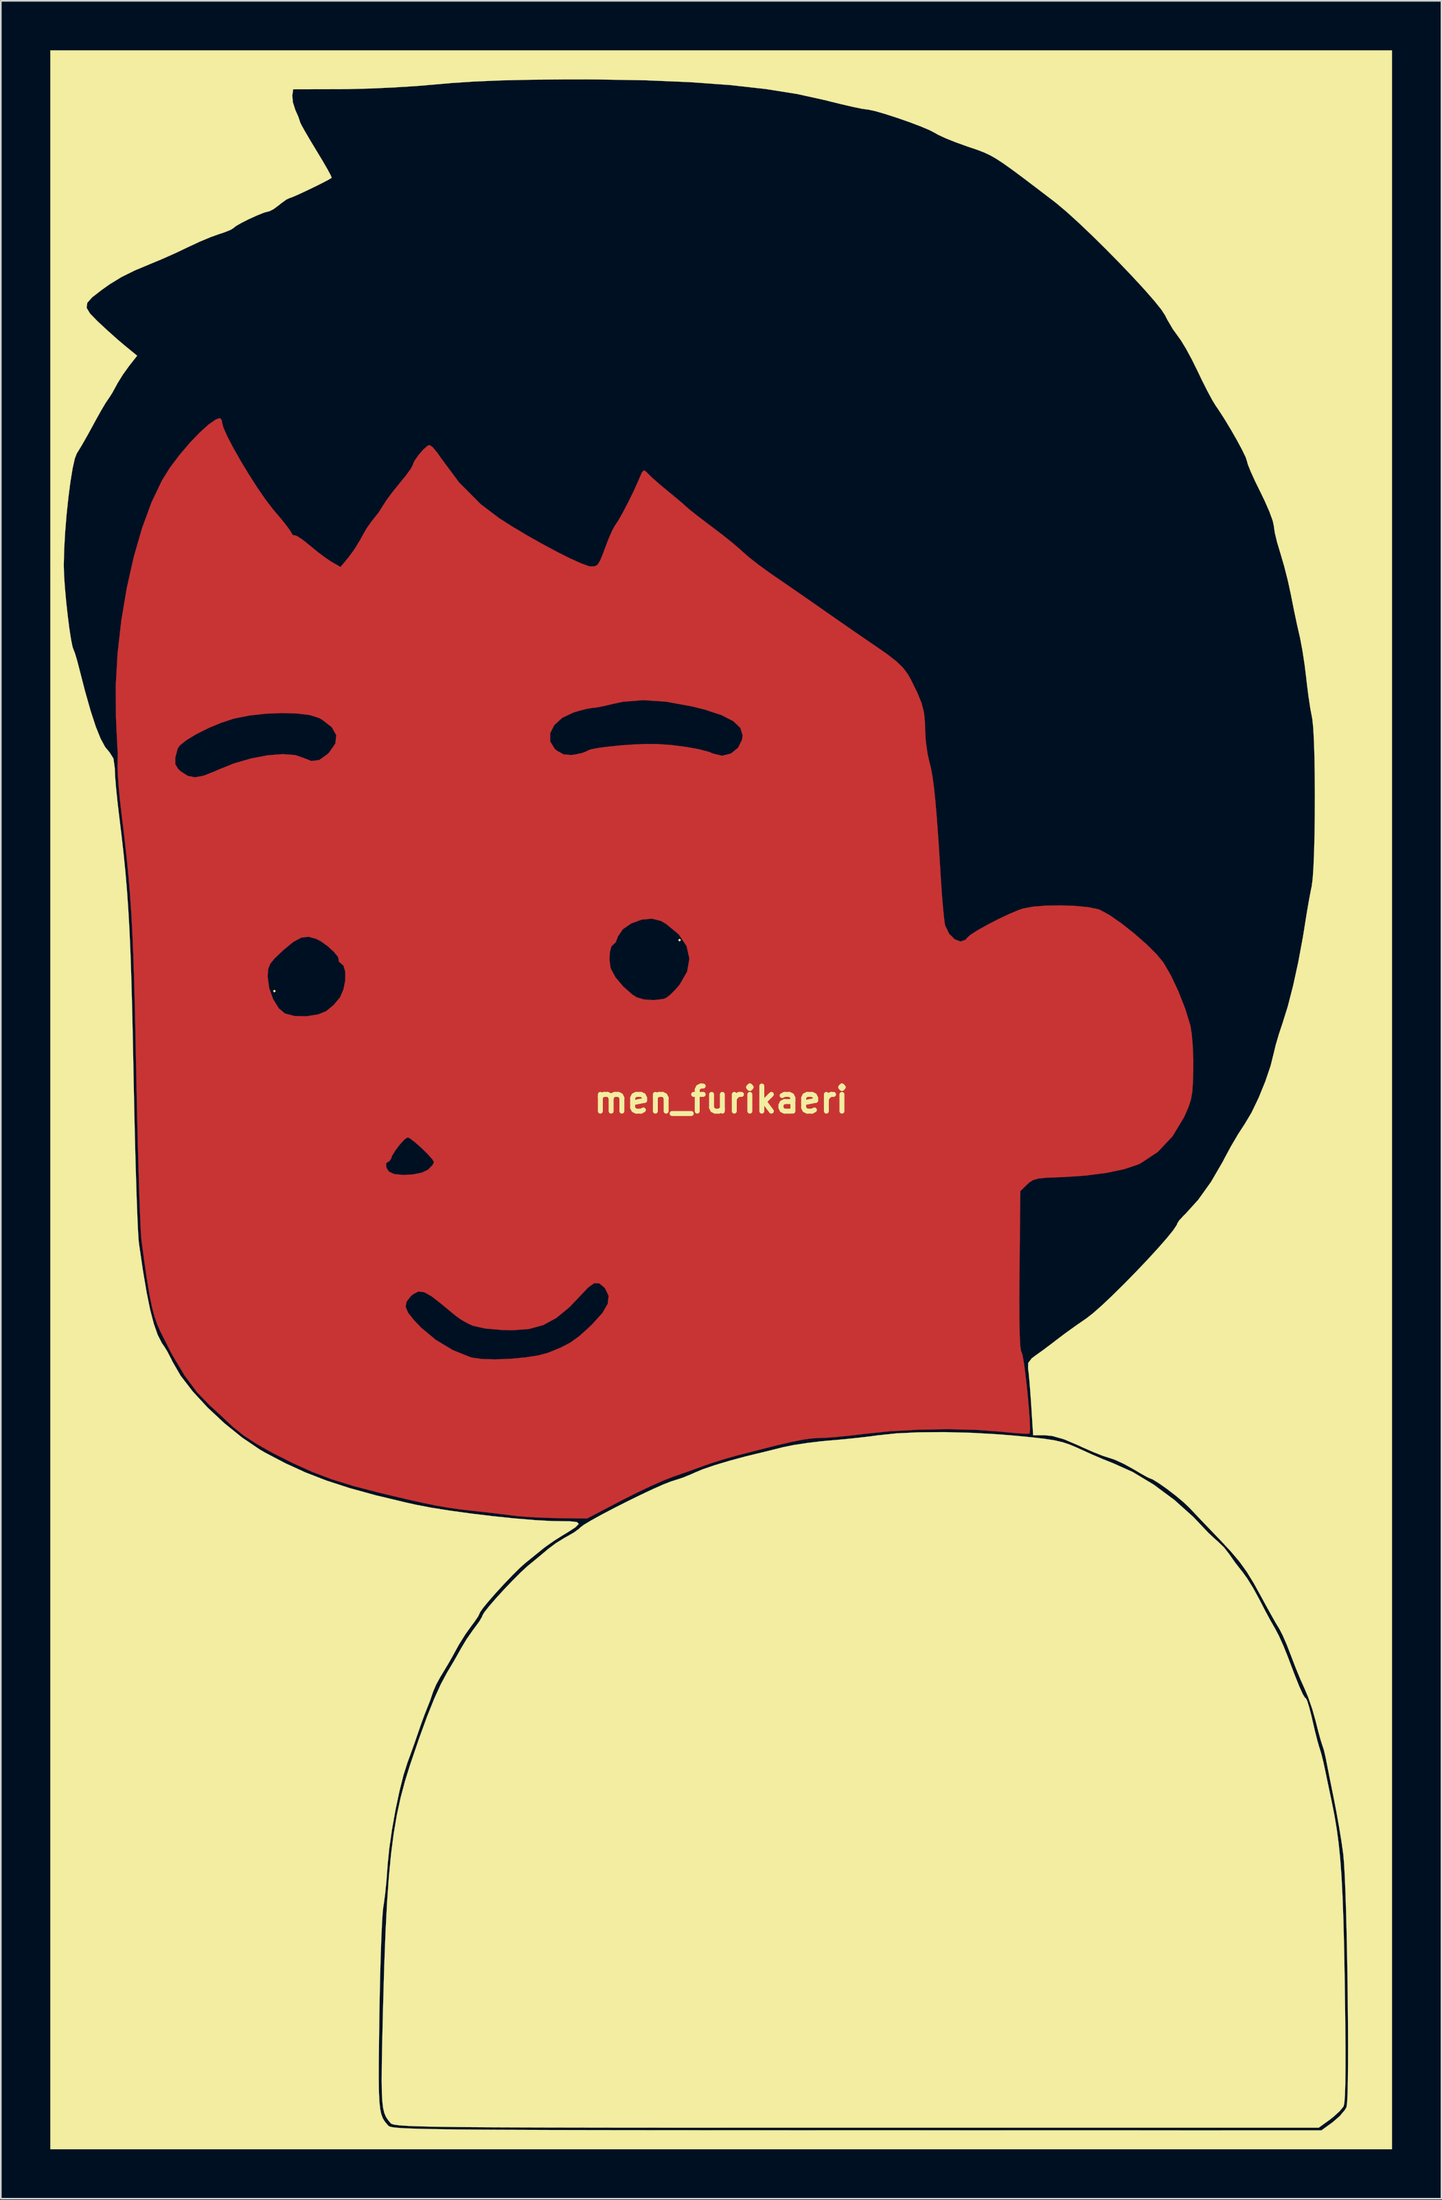
<source format=kicad_pcb>
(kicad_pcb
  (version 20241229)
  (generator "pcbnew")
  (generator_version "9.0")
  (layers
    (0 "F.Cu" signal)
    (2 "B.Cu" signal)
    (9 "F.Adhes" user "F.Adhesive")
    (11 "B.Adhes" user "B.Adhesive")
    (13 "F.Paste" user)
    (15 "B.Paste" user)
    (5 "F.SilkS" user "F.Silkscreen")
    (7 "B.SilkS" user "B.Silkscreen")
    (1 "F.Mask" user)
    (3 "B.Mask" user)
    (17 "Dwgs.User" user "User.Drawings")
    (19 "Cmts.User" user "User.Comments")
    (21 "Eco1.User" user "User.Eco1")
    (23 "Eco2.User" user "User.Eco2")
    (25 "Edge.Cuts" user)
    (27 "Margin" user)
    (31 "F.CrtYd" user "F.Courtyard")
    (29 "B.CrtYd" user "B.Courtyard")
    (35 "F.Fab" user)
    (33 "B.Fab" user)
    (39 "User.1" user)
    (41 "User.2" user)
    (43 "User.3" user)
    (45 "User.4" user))
  (footprint "men_furikaeri"
    (layer "F.Cu")
    (at 40.71 63.668)
    (property "Reference" "men_furikaeri" (at 0 0 0) (layer "F.SilkS") (effects (font (size 1.524 1.524) (thickness 0.3))))
    (attr through_hole)
    (fp_poly (pts (xy -30.302 -41.222) (xy -30.285 -41.085) (xy -30.197 -40.759) (xy -29.957 -40.224) (xy -29.598 -39.538) (xy -29.155 -38.758) (xy -28.662 -37.943) (xy -28.153 -37.148) (xy -27.662 -36.434) (xy -27.223 -35.856) (xy -27.104 -35.715) (xy -26.655 -35.184) (xy -26.302 -34.735) (xy -26.09 -34.43) (xy -26.051 -34.34) (xy -25.959 -34.238) (xy -25.917 -34.256) (xy -25.735 -34.2) (xy -25.391 -33.973) (xy -24.981 -33.643) (xy -24.462 -33.217) (xy -23.948 -32.835) (xy -23.639 -32.634) (xy -23.098 -32.32) (xy -22.623 -32.89) (xy -22.233 -33.424) (xy -21.873 -34.019) (xy -21.814 -34.135) (xy -21.522 -34.649) (xy -21.204 -35.103) (xy -21.12 -35.202) (xy -20.778 -35.635) (xy -20.53 -36.03) (xy -20.311 -36.371) (xy -19.952 -36.855) (xy -19.529 -37.378) (xy -19.513 -37.398) (xy -19.132 -37.867) (xy -18.852 -38.249) (xy -18.727 -38.47) (xy -18.724 -38.485) (xy -18.624 -38.736) (xy -18.382 -39.088) (xy -18.083 -39.435) (xy -17.814 -39.674) (xy -17.698 -39.722) (xy -17.509 -39.591) (xy -17.23 -39.261) (xy -17.026 -38.965) (xy -15.903 -37.452) (xy -14.591 -36.135) (xy -13.479 -35.289) (xy -12.667 -34.771) (xy -11.776 -34.24) (xy -10.86 -33.723) (xy -9.976 -33.249) (xy -9.177 -32.848) (xy -8.519 -32.55) (xy -8.058 -32.382) (xy -7.928 -32.356) (xy -7.681 -32.359) (xy -7.502 -32.454) (xy -7.343 -32.707) (xy -7.152 -33.178) (xy -7.05 -33.46) (xy -6.822 -34.052) (xy -6.606 -34.543) (xy -6.446 -34.832) (xy -6.437 -34.844) (xy -6.234 -35.15) (xy -5.945 -35.663) (xy -5.618 -36.292) (xy -5.298 -36.946) (xy -5.033 -37.534) (xy -4.976 -37.671) (xy -4.809 -38.059) (xy -4.687 -38.184) (xy -4.537 -38.09) (xy -4.437 -37.982) (xy -4.166 -37.718) (xy -3.733 -37.338) (xy -3.261 -36.946) (xy -2.771 -36.544) (xy -2.353 -36.19) (xy -2.105 -35.967) (xy -1.862 -35.76) (xy -1.429 -35.418) (xy -0.879 -34.998) (xy -0.556 -34.757) (xy 0.078 -34.274) (xy 0.682 -33.79) (xy 1.158 -33.383) (xy 1.301 -33.251) (xy 1.697 -32.906) (xy 2.268 -32.459) (xy 2.913 -31.989) (xy 3.175 -31.807) (xy 3.827 -31.36) (xy 4.642 -30.797) (xy 5.516 -30.191) (xy 6.346 -29.612) (xy 6.35 -29.609) (xy 7.145 -29.055) (xy 7.954 -28.494) (xy 8.686 -27.99) (xy 9.248 -27.607) (xy 9.281 -27.585) (xy 10.067 -27.039) (xy 10.63 -26.601) (xy 11.029 -26.216) (xy 11.322 -25.83) (xy 11.519 -25.481) (xy 11.914 -24.678) (xy 12.167 -24.051) (xy 12.308 -23.5) (xy 12.367 -22.923) (xy 12.374 -22.521) (xy 12.416 -21.773) (xy 12.523 -20.999) (xy 12.634 -20.51) (xy 12.736 -20.102) (xy 12.829 -19.587) (xy 12.916 -18.932) (xy 13.002 -18.103) (xy 13.089 -17.065) (xy 13.182 -15.784) (xy 13.282 -14.226) (xy 13.327 -13.492) (xy 13.387 -12.586) (xy 13.453 -11.77) (xy 13.517 -11.111) (xy 13.573 -10.677) (xy 13.598 -10.561) (xy 13.838 -10.068) (xy 14.171 -9.735) (xy 14.525 -9.602) (xy 14.833 -9.707) (xy 14.931 -9.83) (xy 15.142 -10.016) (xy 15.576 -10.292) (xy 16.158 -10.618) (xy 16.811 -10.955) (xy 17.461 -11.263) (xy 18.03 -11.503) (xy 18.317 -11.602) (xy 18.915 -11.715) (xy 19.703 -11.778) (xy 20.587 -11.793) (xy 21.471 -11.762) (xy 22.258 -11.687) (xy 22.854 -11.568) (xy 23.009 -11.513) (xy 23.586 -11.193) (xy 24.297 -10.697) (xy 25.059 -10.095) (xy 25.791 -9.455) (xy 26.409 -8.846) (xy 26.831 -8.335) (xy 26.831 -8.335) (xy 27.295 -7.54) (xy 27.759 -6.551) (xy 28.17 -5.497) (xy 28.473 -4.505) (xy 28.477 -4.488) (xy 28.558 -3.982) (xy 28.618 -3.262) (xy 28.649 -2.438) (xy 28.649 -1.883) (xy 28.63 -1.061) (xy 28.587 -0.465) (xy 28.503 0.004) (xy 28.358 0.446) (xy 28.133 0.961) (xy 28.086 1.063) (xy 27.39 2.217) (xy 26.499 3.162) (xy 25.459 3.85) (xy 25.273 3.937) (xy 24.454 4.211) (xy 23.379 4.435) (xy 22.115 4.599) (xy 20.728 4.692) (xy 20.458 4.7) (xy 19.733 4.729) (xy 19.252 4.778) (xy 18.933 4.869) (xy 18.695 5.019) (xy 18.562 5.142) (xy 18.154 5.543) (xy 18.105 10.368) (xy 18.094 11.994) (xy 18.098 13.295) (xy 18.117 14.272) (xy 18.151 14.925) (xy 18.2 15.256) (xy 18.224 15.298) (xy 18.288 15.482) (xy 18.366 15.921) (xy 18.451 16.545) (xy 18.537 17.283) (xy 18.616 18.065) (xy 18.681 18.82) (xy 18.726 19.48) (xy 18.743 19.973) (xy 18.725 20.23) (xy 18.716 20.248) (xy 18.534 20.259) (xy 18.099 20.238) (xy 17.481 20.187) (xy 16.933 20.132) (xy 15.446 20.022) (xy 13.76 19.983) (xy 11.996 20.012) (xy 10.274 20.107) (xy 8.743 20.263) (xy 7.897 20.365) (xy 7.086 20.447) (xy 6.411 20.5) (xy 6.029 20.515) (xy 5.555 20.538) (xy 4.995 20.612) (xy 4.288 20.751) (xy 3.373 20.965) (xy 2.605 21.158) (xy 2.14 21.277) (xy 1.511 21.439) (xy 0.977 21.576) (xy 0.244 21.782) (xy -0.525 22.022) (xy -0.977 22.178) (xy -1.626 22.414) (xy -2.394 22.687) (xy -2.969 22.888) (xy -3.536 23.111) (xy -4.293 23.448) (xy -5.148 23.854) (xy -6.004 24.286) (xy -6.097 24.334) (xy -8.129 25.4) (xy -9.885 25.379) (xy -10.737 25.357) (xy -11.588 25.315) (xy -12.311 25.26) (xy -12.619 25.225) (xy -13.232 25.147) (xy -14.031 25.052) (xy -14.878 24.956) (xy -15.201 24.921) (xy -15.919 24.837) (xy -16.6 24.739) (xy -17.31 24.615) (xy -18.113 24.451) (xy -19.073 24.236) (xy -20.256 23.956) (xy -20.836 23.816) (xy -22.343 23.423) (xy -23.631 23.022) (xy -24.805 22.577) (xy -25.971 22.051) (xy -25.978 22.048) (xy -27.216 21.426) (xy -28.2 20.873) (xy -28.985 20.355) (xy -29.628 19.839) (xy -29.804 19.676) (xy -30.293 19.215) (xy -30.768 18.776) (xy -31.025 18.546) (xy -31.801 17.748) (xy -32.56 16.726) (xy -33.324 15.446) (xy -34.04 14.036) (xy -34.227 13.605) (xy -34.389 13.131) (xy -34.538 12.567) (xy -34.54 12.555) (xy -19.147 12.555) (xy -18.998 12.918) (xy -18.625 13.388) (xy -18.209 13.821) (xy -17.314 14.566) (xy -16.28 15.187) (xy -15.239 15.606) (xy -15.096 15.646) (xy -14.503 15.728) (xy -13.698 15.748) (xy -12.787 15.713) (xy -11.878 15.629) (xy -11.076 15.504) (xy -10.502 15.348) (xy -9.734 15.033) (xy -9.148 14.726) (xy -8.626 14.353) (xy -8.05 13.837) (xy -7.811 13.605) (xy -7.205 12.935) (xy -6.881 12.376) (xy -6.827 11.894) (xy -7.035 11.456) (xy -7.108 11.37) (xy -7.409 11.127) (xy -7.705 11.125) (xy -8.062 11.38) (xy -8.341 11.674) (xy -9.21 12.585) (xy -10.004 13.238) (xy -10.793 13.666) (xy -11.649 13.903) (xy -12.643 13.98) (xy -13.27 13.967) (xy -14.303 13.878) (xy -15.035 13.716) (xy -15.29 13.609) (xy -15.584 13.452) (xy -15.812 13.316) (xy -16.05 13.146) (xy -16.372 12.888) (xy -16.855 12.486) (xy -16.97 12.39) (xy -17.576 11.918) (xy -18.024 11.67) (xy -18.374 11.632) (xy -18.687 11.79) (xy -18.843 11.93) (xy -19.089 12.244) (xy -19.147 12.555) (xy -34.54 12.555) (xy -34.682 11.863) (xy -34.831 10.975) (xy -34.995 9.854) (xy -35.171 8.548) (xy -35.203 8.172) (xy -35.238 7.504) (xy -35.276 6.579) (xy -35.316 5.43) (xy -35.357 4.093) (xy -35.364 3.86) (xy -20.336 3.86) (xy -20.314 4.119) (xy -20.157 4.364) (xy -19.831 4.507) (xy -19.313 4.561) (xy -18.721 4.531) (xy -18.175 4.424) (xy -17.793 4.246) (xy -17.788 4.243) (xy -17.524 3.975) (xy -17.422 3.786) (xy -17.535 3.596) (xy -17.82 3.28) (xy -18.195 2.914) (xy -18.578 2.575) (xy -18.888 2.34) (xy -19.021 2.279) (xy -19.21 2.402) (xy -19.485 2.699) (xy -19.766 3.068) (xy -19.971 3.403) (xy -20.027 3.571) (xy -20.144 3.738) (xy -20.19 3.745) (xy -20.336 3.86) (xy -35.364 3.86) (xy -35.398 2.602) (xy -35.438 0.989) (xy -35.475 -0.709) (xy -35.494 -1.71) (xy -35.538 -3.902) (xy -35.581 -5.81) (xy -35.626 -7.455) (xy -27.517 -7.455) (xy -27.426 -6.774) (xy -27.187 -6.106) (xy -26.849 -5.556) (xy -26.477 -5.236) (xy -25.892 -5.082) (xy -25.168 -5.066) (xy -24.458 -5.178) (xy -23.974 -5.372) (xy -23.514 -5.747) (xy -23.131 -6.208) (xy -23.12 -6.226) (xy -22.914 -6.708) (xy -22.808 -7.253) (xy -22.806 -7.76) (xy -22.911 -8.128) (xy -23.038 -8.245) (xy -23.208 -8.391) (xy -23.2 -8.47) (xy -23.204 -8.486) (xy -6.775 -8.486) (xy -6.715 -8.033) (xy -6.687 -7.938) (xy -6.41 -7.428) (xy -5.948 -6.877) (xy -5.405 -6.397) (xy -5.129 -6.217) (xy -4.677 -6.083) (xy -4.086 -6.046) (xy -3.526 -6.114) (xy -3.37 -6.163) (xy -3.108 -6.351) (xy -2.752 -6.71) (xy -2.516 -6.988) (xy -2.062 -7.774) (xy -1.926 -8.562) (xy -2.097 -9.324) (xy -2.57 -10.034) (xy -3.335 -10.664) (xy -3.645 -10.847) (xy -4.192 -10.989) (xy -4.826 -10.928) (xy -5.449 -10.702) (xy -5.962 -10.349) (xy -6.266 -9.906) (xy -6.287 -9.837) (xy -6.408 -9.539) (xy -6.518 -9.444) (xy -6.664 -9.301) (xy -6.754 -8.945) (xy -6.775 -8.486) (xy -23.204 -8.486) (xy -23.249 -8.668) (xy -23.495 -8.972) (xy -23.862 -9.308) (xy -24.275 -9.607) (xy -24.57 -9.763) (xy -25.035 -9.89) (xy -25.471 -9.84) (xy -25.95 -9.586) (xy -26.542 -9.102) (xy -26.662 -8.993) (xy -27.113 -8.559) (xy -27.369 -8.239) (xy -27.486 -7.935) (xy -27.516 -7.551) (xy -27.517 -7.455) (xy -35.626 -7.455) (xy -35.627 -7.476) (xy -35.677 -8.942) (xy -35.733 -10.248) (xy -35.799 -11.438) (xy -35.877 -12.552) (xy -35.969 -13.633) (xy -36.077 -14.721) (xy -36.204 -15.859) (xy -36.352 -17.089) (xy -36.393 -17.422) (xy -36.492 -18.289) (xy -36.569 -19.122) (xy -36.616 -19.822) (xy -36.627 -20.271) (xy -36.619 -20.738) (xy -33.128 -20.738) (xy -33.125 -20.36) (xy -32.952 -20.071) (xy -32.769 -19.906) (xy -32.361 -19.647) (xy -31.934 -19.563) (xy -31.409 -19.658) (xy -30.709 -19.935) (xy -30.552 -20.007) (xy -29.557 -20.407) (xy -28.521 -20.707) (xy -27.511 -20.898) (xy -26.597 -20.97) (xy -25.847 -20.912) (xy -25.4 -20.76) (xy -24.861 -20.55) (xy -24.385 -20.612) (xy -23.894 -20.963) (xy -23.783 -21.074) (xy -23.408 -21.613) (xy -23.355 -22.123) (xy -23.422 -22.24) (xy -10.375 -22.24) (xy -10.375 -21.741) (xy -10.099 -21.289) (xy -9.973 -21.181) (xy -9.561 -20.953) (xy -9.098 -20.916) (xy -8.874 -20.943) (xy -8.444 -21.034) (xy -8.172 -21.135) (xy -8.141 -21.162) (xy -7.933 -21.25) (xy -7.472 -21.34) (xy -6.83 -21.426) (xy -6.08 -21.5) (xy -5.294 -21.556) (xy -4.544 -21.586) (xy -3.908 -21.583) (xy -3.027 -21.521) (xy -2.144 -21.41) (xy -1.35 -21.266) (xy -0.734 -21.103) (xy -0.478 -20.998) (xy 0.064 -20.87) (xy 0.594 -21.005) (xy 1.025 -21.351) (xy 1.273 -21.854) (xy 1.303 -22.115) (xy 1.164 -22.563) (xy 0.74 -22.968) (xy 0.02 -23.337) (xy -1.008 -23.675) (xy -1.765 -23.863) (xy -3.356 -24.153) (xy -4.743 -24.245) (xy -5.982 -24.142) (xy -6.568 -24.016) (xy -7.128 -23.883) (xy -7.594 -23.794) (xy -7.805 -23.772) (xy -8.124 -23.723) (xy -8.617 -23.599) (xy -8.958 -23.496) (xy -9.643 -23.171) (xy -10.123 -22.735) (xy -10.375 -22.24) (xy -23.422 -22.24) (xy -23.627 -22.605) (xy -24.223 -23.063) (xy -24.4 -23.161) (xy -24.937 -23.333) (xy -25.711 -23.433) (xy -26.637 -23.462) (xy -27.635 -23.422) (xy -28.623 -23.312) (xy -29.518 -23.134) (xy -29.623 -23.106) (xy -30.37 -22.859) (xy -31.133 -22.539) (xy -31.845 -22.182) (xy -32.437 -21.825) (xy -32.84 -21.505) (xy -32.978 -21.309) (xy -33.128 -20.738) (xy -36.619 -20.738) (xy -36.618 -20.755) (xy -36.618 -21.087) (xy -36.622 -21.167) (xy -36.634 -21.352) (xy -36.657 -21.796) (xy -36.688 -22.433) (xy -36.722 -23.195) (xy -36.722 -23.202) (xy -36.736 -25.109) (xy -36.624 -27.086) (xy -36.397 -29.083) (xy -36.066 -31.05) (xy -35.643 -32.933) (xy -35.138 -34.683) (xy -34.563 -36.248) (xy -33.928 -37.577) (xy -33.451 -38.344) (xy -32.864 -39.12) (xy -32.246 -39.847) (xy -31.641 -40.478) (xy -31.096 -40.969) (xy -30.656 -41.275) (xy -30.411 -41.356) (xy -30.302 -41.222)) (stroke (width 0.01) (type solid)) (fill yes) (layer "F.Cu"))
    (fp_poly (pts (xy -27.028 -6.594) (xy -27.11 -6.513) (xy -27.191 -6.594) (xy -27.11 -6.676) (xy -27.028 -6.594)) (stroke (width 0.01) (type solid)) (fill yes) (layer "F.SilkS"))
    (fp_poly (pts (xy -2.442 -9.688) (xy -2.524 -9.606) (xy -2.605 -9.688) (xy -2.524 -9.769) (xy -2.442 -9.688)) (stroke (width 0.01) (type solid)) (fill yes) (layer "F.SilkS"))
    (fp_poly (pts (xy 15.199 20.203) (xy 16.886 20.3) (xy 17.829 20.378) (xy 18.869 20.479) (xy 19.654 20.57) (xy 20.251 20.664) (xy 20.731 20.776) (xy 21.161 20.921) (xy 21.612 21.112) (xy 21.818 21.207) (xy 22.505 21.518) (xy 23.184 21.809) (xy 23.722 22.023) (xy 23.772 22.041) (xy 24.979 22.583) (xy 26.253 23.35) (xy 27.508 24.28) (xy 28.655 25.309) (xy 29.145 25.825) (xy 29.566 26.268) (xy 29.979 26.657) (xy 30.132 26.786) (xy 30.523 27.164) (xy 30.858 27.598) (xy 31.174 28.053) (xy 31.555 28.543) (xy 31.623 28.624) (xy 31.923 29.038) (xy 32.286 29.626) (xy 32.637 30.268) (xy 32.666 30.324) (xy 32.999 30.97) (xy 33.329 31.582) (xy 33.589 32.037) (xy 33.607 32.067) (xy 33.84 32.508) (xy 34.121 33.13) (xy 34.392 33.805) (xy 34.415 33.867) (xy 34.797 34.877) (xy 35.088 35.601) (xy 35.297 36.062) (xy 35.435 36.282) (xy 35.482 36.309) (xy 35.56 36.456) (xy 35.682 36.849) (xy 35.827 37.413) (xy 35.882 37.652) (xy 36.036 38.314) (xy 36.181 38.884) (xy 36.289 39.263) (xy 36.31 39.321) (xy 36.414 39.662) (xy 36.544 40.182) (xy 36.623 40.542) (xy 36.758 41.193) (xy 36.922 41.973) (xy 37.05 42.578) (xy 37.215 43.406) (xy 37.354 44.237) (xy 37.47 45.108) (xy 37.566 46.059) (xy 37.645 47.13) (xy 37.708 48.359) (xy 37.76 49.786) (xy 37.802 51.451) (xy 37.838 53.391) (xy 37.846 53.935) (xy 37.871 55.826) (xy 37.885 57.405) (xy 37.886 58.684) (xy 37.875 59.677) (xy 37.852 60.396) (xy 37.817 60.855) (xy 37.772 61.063) (xy 37.537 61.352) (xy 37.144 61.709) (xy 36.927 61.877) (xy 36.26 62.36) (xy 8.223 62.36) (xy 4.676 62.36) (xy 1.439 62.36) (xy -1.5 62.359) (xy -4.157 62.357) (xy -6.546 62.355) (xy -8.681 62.351) (xy -10.577 62.347) (xy -12.247 62.341) (xy -13.708 62.334) (xy -14.972 62.326) (xy -16.054 62.316) (xy -16.969 62.304) (xy -17.731 62.29) (xy -18.355 62.274) (xy -18.854 62.256) (xy -19.243 62.235) (xy -19.537 62.212) (xy -19.75 62.186) (xy -19.896 62.158) (xy -19.99 62.126) (xy -20.046 62.092) (xy -20.062 62.075) (xy -20.215 61.891) (xy -20.339 61.702) (xy -20.436 61.475) (xy -20.509 61.176) (xy -20.558 60.773) (xy -20.587 60.233) (xy -20.598 59.521) (xy -20.591 58.605) (xy -20.571 57.452) (xy -20.538 56.029) (xy -20.511 54.934) (xy -20.444 52.583) (xy -20.366 50.524) (xy -20.273 48.721) (xy -20.161 47.139) (xy -20.027 45.744) (xy -19.866 44.502) (xy -19.675 43.377) (xy -19.449 42.335) (xy -19.185 41.342) (xy -18.886 40.379) (xy -18.334 38.76) (xy -17.846 37.421) (xy -17.407 36.326) (xy -17.003 35.441) (xy -16.62 34.728) (xy -16.542 34.599) (xy -16.199 34.022) (xy -15.856 33.416) (xy -15.791 33.297) (xy -15.453 32.733) (xy -15.054 32.159) (xy -14.967 32.044) (xy -14.684 31.66) (xy -14.514 31.373) (xy -14.491 31.301) (xy -14.384 31.108) (xy -14.096 30.743) (xy -13.68 30.262) (xy -13.187 29.721) (xy -12.67 29.178) (xy -12.179 28.687) (xy -11.766 28.306) (xy -11.655 28.213) (xy -11.154 27.803) (xy -10.667 27.395) (xy -10.505 27.256) (xy -10.031 26.901) (xy -9.477 26.559) (xy -9.365 26.5) (xy -8.928 26.248) (xy -8.611 26.015) (xy -8.549 25.95) (xy -8.332 25.784) (xy -7.879 25.512) (xy -7.248 25.164) (xy -6.497 24.77) (xy -5.687 24.36) (xy -4.876 23.963) (xy -4.124 23.609) (xy -3.489 23.328) (xy -3.031 23.15) (xy -2.932 23.12) (xy -2.322 22.923) (xy -1.726 22.679) (xy -1.605 22.62) (xy -1.112 22.414) (xy -0.379 22.164) (xy 0.516 21.896) (xy 1.492 21.633) (xy 2.117 21.481) (xy 2.582 21.369) (xy 3.211 21.213) (xy 3.745 21.079) (xy 4.377 20.949) (xy 5.203 20.822) (xy 6.09 20.716) (xy 6.558 20.673) (xy 7.442 20.596) (xy 8.356 20.501) (xy 9.16 20.405) (xy 9.489 20.359) (xy 10.616 20.239) (xy 11.991 20.173) (xy 13.543 20.161) (xy 15.199 20.203)) (stroke (width 0.01) (type solid)) (fill yes) (layer "F.SilkS"))
    (fp_poly (pts (xy 40.705 63.663) (xy -40.705 63.663) (xy -40.705 -32.391) (xy -39.89 -32.391) (xy -39.872 -31.796) (xy -39.82 -31.046) (xy -39.744 -30.213) (xy -39.652 -29.369) (xy -39.551 -28.585) (xy -39.451 -27.933) (xy -39.36 -27.484) (xy -39.306 -27.329) (xy -39.211 -27.086) (xy -39.079 -26.644) (xy -38.995 -26.323) (xy -38.605 -24.808) (xy -38.259 -23.586) (xy -37.946 -22.63) (xy -37.656 -21.91) (xy -37.38 -21.4) (xy -37.108 -21.072) (xy -36.877 -20.703) (xy -36.795 -20.114) (xy -36.794 -20.042) (xy -36.772 -19.578) (xy -36.715 -18.89) (xy -36.631 -18.074) (xy -36.545 -17.34) (xy -36.393 -16.097) (xy -36.262 -14.935) (xy -36.15 -13.813) (xy -36.055 -12.69) (xy -35.974 -11.525) (xy -35.904 -10.277) (xy -35.844 -8.905) (xy -35.792 -7.368) (xy -35.744 -5.626) (xy -35.699 -3.636) (xy -35.658 -1.547) (xy -35.623 0.186) (xy -35.585 1.852) (xy -35.545 3.417) (xy -35.503 4.847) (xy -35.462 6.108) (xy -35.421 7.165) (xy -35.383 7.985) (xy -35.348 8.533) (xy -35.329 8.711) (xy -35.09 10.341) (xy -34.864 11.679) (xy -34.645 12.757) (xy -34.422 13.608) (xy -34.19 14.264) (xy -33.939 14.759) (xy -33.786 14.979) (xy -33.601 15.278) (xy -33.37 15.725) (xy -33.3 15.875) (xy -32.8 16.739) (xy -32.067 17.692) (xy -31.16 18.674) (xy -30.138 19.629) (xy -29.059 20.499) (xy -27.983 21.226) (xy -27.665 21.41) (xy -26.445 22.049) (xy -25.228 22.605) (xy -23.951 23.1) (xy -22.553 23.554) (xy -20.972 23.99) (xy -19.146 24.427) (xy -18.562 24.558) (xy -17.623 24.739) (xy -16.468 24.924) (xy -15.176 25.101) (xy -13.832 25.263) (xy -12.516 25.398) (xy -11.313 25.499) (xy -10.303 25.555) (xy -9.873 25.563) (xy -9.149 25.573) (xy -8.742 25.622) (xy -8.644 25.734) (xy -8.847 25.938) (xy -9.342 26.258) (xy -9.606 26.416) (xy -10.139 26.753) (xy -10.634 27.098) (xy -10.798 27.225) (xy -11.218 27.565) (xy -11.717 27.969) (xy -11.879 28.099) (xy -12.23 28.413) (xy -12.681 28.861) (xy -13.183 29.385) (xy -13.681 29.929) (xy -14.124 30.435) (xy -14.461 30.846) (xy -14.638 31.104) (xy -14.653 31.149) (xy -14.747 31.345) (xy -14.983 31.691) (xy -15.129 31.882) (xy -15.518 32.424) (xy -15.898 33.031) (xy -15.984 33.184) (xy -16.296 33.754) (xy -16.553 34.206) (xy -16.847 34.697) (xy -17.037 35.009) (xy -17.296 35.484) (xy -17.483 35.922) (xy -17.503 35.983) (xy -17.657 36.438) (xy -17.832 36.879) (xy -17.999 37.302) (xy -18.213 37.887) (xy -18.371 38.344) (xy -18.616 39.054) (xy -18.886 39.806) (xy -19.03 40.193) (xy -19.275 40.963) (xy -19.526 41.964) (xy -19.766 43.105) (xy -19.978 44.293) (xy -20.142 45.435) (xy -20.242 46.439) (xy -20.25 46.567) (xy -20.308 47.359) (xy -20.385 48.134) (xy -20.468 48.761) (xy -20.497 48.928) (xy -20.536 49.28) (xy -20.577 49.915) (xy -20.618 50.787) (xy -20.656 51.854) (xy -20.691 53.072) (xy -20.72 54.396) (xy -20.74 55.522) (xy -20.761 57.082) (xy -20.775 58.351) (xy -20.778 59.364) (xy -20.767 60.155) (xy -20.74 60.758) (xy -20.693 61.208) (xy -20.624 61.54) (xy -20.53 61.789) (xy -20.409 61.987) (xy -20.256 62.171) (xy -20.19 62.244) (xy -20.141 62.278) (xy -20.048 62.309) (xy -19.898 62.337) (xy -19.676 62.362) (xy -19.369 62.385) (xy -18.961 62.405) (xy -18.438 62.423) (xy -17.787 62.439) (xy -16.993 62.453) (xy -16.042 62.466) (xy -14.919 62.476) (xy -13.611 62.485) (xy -12.103 62.492) (xy -10.38 62.499) (xy -8.43 62.504) (xy -6.236 62.508) (xy -3.786 62.511) (xy -1.065 62.513) (xy 1.942 62.515) (xy 5.248 62.516) (xy 8.239 62.517) (xy 36.423 62.523) (xy 37.105 62.029) (xy 37.537 61.656) (xy 37.862 61.268) (xy 37.95 61.105) (xy 37.987 60.841) (xy 38.014 60.291) (xy 38.032 59.498) (xy 38.042 58.501) (xy 38.044 57.342) (xy 38.039 56.061) (xy 38.027 54.699) (xy 38.009 53.297) (xy 37.986 51.896) (xy 37.957 50.535) (xy 37.924 49.257) (xy 37.886 48.101) (xy 37.845 47.109) (xy 37.801 46.321) (xy 37.754 45.778) (xy 37.751 45.753) (xy 37.647 45.018) (xy 37.496 44.094) (xy 37.319 43.107) (xy 37.168 42.333) (xy 37.004 41.522) (xy 36.859 40.795) (xy 36.747 40.229) (xy 36.684 39.901) (xy 36.682 39.891) (xy 36.572 39.431) (xy 36.481 39.158) (xy 36.38 38.84) (xy 36.235 38.317) (xy 36.08 37.701) (xy 36.078 37.693) (xy 35.874 36.968) (xy 35.62 36.235) (xy 35.411 35.739) (xy 35.154 35.166) (xy 34.856 34.44) (xy 34.579 33.717) (xy 34.574 33.704) (xy 34.326 33.063) (xy 34.079 32.496) (xy 33.882 32.11) (xy 33.86 32.076) (xy 33.668 31.759) (xy 33.372 31.239) (xy 33.02 30.601) (xy 32.804 30.203) (xy 32.319 29.323) (xy 31.893 28.629) (xy 31.454 28.021) (xy 30.932 27.403) (xy 30.255 26.678) (xy 30.122 26.54) (xy 29.558 25.953) (xy 28.99 25.359) (xy 28.52 24.862) (xy 28.412 24.748) (xy 28.049 24.403) (xy 27.568 24.003) (xy 27.046 23.603) (xy 26.557 23.259) (xy 26.177 23.026) (xy 25.997 22.958) (xy 25.833 22.88) (xy 25.471 22.677) (xy 24.997 22.397) (xy 24.429 22.085) (xy 23.889 21.837) (xy 23.553 21.725) (xy 23.171 21.604) (xy 22.601 21.379) (xy 21.945 21.091) (xy 21.712 20.982) (xy 20.794 20.592) (xy 20.069 20.39) (xy 19.659 20.353) (xy 18.934 20.353) (xy 18.818 18.527) (xy 18.764 17.747) (xy 18.708 17.052) (xy 18.657 16.527) (xy 18.625 16.289) (xy 18.634 15.964) (xy 18.846 15.687) (xy 19.083 15.508) (xy 19.53 15.189) (xy 20.07 14.784) (xy 20.353 14.565) (xy 20.867 14.177) (xy 21.514 13.711) (xy 22.157 13.266) (xy 22.166 13.26) (xy 22.571 12.945) (xy 23.113 12.466) (xy 23.75 11.864) (xy 24.446 11.178) (xy 25.16 10.449) (xy 25.854 9.72) (xy 26.489 9.029) (xy 27.025 8.418) (xy 27.424 7.928) (xy 27.646 7.599) (xy 27.679 7.503) (xy 27.788 7.33) (xy 28.059 7.033) (xy 28.187 6.91) (xy 28.957 6.059) (xy 29.728 4.98) (xy 30.436 3.763) (xy 30.533 3.575) (xy 30.921 2.852) (xy 31.361 2.103) (xy 31.761 1.486) (xy 31.774 1.468) (xy 32.186 0.777) (xy 32.616 -0.118) (xy 33.017 -1.103) (xy 33.343 -2.062) (xy 33.539 -2.849) (xy 33.657 -3.339) (xy 33.849 -3.99) (xy 34.065 -4.64) (xy 34.386 -5.667) (xy 34.712 -6.935) (xy 35.023 -8.36) (xy 35.301 -9.859) (xy 35.418 -10.583) (xy 35.544 -11.372) (xy 35.678 -12.144) (xy 35.797 -12.77) (xy 35.835 -12.944) (xy 35.895 -13.39) (xy 35.944 -14.103) (xy 35.982 -15.024) (xy 36.01 -16.097) (xy 36.026 -17.265) (xy 36.03 -18.472) (xy 36.023 -19.659) (xy 36.005 -20.77) (xy 35.974 -21.748) (xy 35.932 -22.535) (xy 35.878 -23.076) (xy 35.855 -23.202) (xy 35.753 -23.741) (xy 35.642 -24.475) (xy 35.54 -25.275) (xy 35.509 -25.563) (xy 35.406 -26.399) (xy 35.274 -27.26) (xy 35.136 -27.994) (xy 35.096 -28.168) (xy 34.939 -28.861) (xy 34.761 -29.704) (xy 34.597 -30.528) (xy 34.581 -30.61) (xy 34.4 -31.449) (xy 34.172 -32.352) (xy 33.944 -33.132) (xy 33.93 -33.176) (xy 33.739 -33.815) (xy 33.6 -34.391) (xy 33.541 -34.786) (xy 33.541 -34.808) (xy 33.469 -35.136) (xy 33.274 -35.668) (xy 32.987 -36.326) (xy 32.727 -36.863) (xy 32.396 -37.538) (xy 32.13 -38.124) (xy 31.959 -38.552) (xy 31.913 -38.731) (xy 31.832 -38.978) (xy 31.614 -39.429) (xy 31.299 -40.016) (xy 30.926 -40.667) (xy 30.534 -41.314) (xy 30.164 -41.886) (xy 30.019 -42.094) (xy 29.804 -42.445) (xy 29.502 -43.005) (xy 29.159 -43.687) (xy 28.927 -44.174) (xy 28.572 -44.895) (xy 28.212 -45.559) (xy 27.899 -46.075) (xy 27.743 -46.291) (xy 27.401 -46.767) (xy 27.059 -47.351) (xy 26.949 -47.574) (xy 26.717 -47.932) (xy 26.285 -48.469) (xy 25.693 -49.146) (xy 24.978 -49.922) (xy 24.182 -50.756) (xy 23.343 -51.608) (xy 22.501 -52.438) (xy 21.695 -53.204) (xy 20.965 -53.867) (xy 20.349 -54.386) (xy 20.216 -54.49) (xy 19.147 -55.306) (xy 18.297 -55.95) (xy 17.627 -56.447) (xy 17.098 -56.823) (xy 16.668 -57.102) (xy 16.3 -57.31) (xy 15.953 -57.471) (xy 15.588 -57.612) (xy 15.165 -57.757) (xy 14.979 -57.819) (xy 14.267 -58.073) (xy 13.628 -58.328) (xy 13.157 -58.547) (xy 13.002 -58.637) (xy 12.662 -58.817) (xy 12.102 -59.052) (xy 11.405 -59.316) (xy 10.653 -59.578) (xy 9.929 -59.811) (xy 9.316 -59.987) (xy 8.897 -60.075) (xy 8.821 -60.081) (xy 8.544 -60.12) (xy 8.022 -60.228) (xy 7.323 -60.389) (xy 6.517 -60.588) (xy 6.318 -60.639) (xy 4.629 -61.012) (xy 2.71 -61.318) (xy 0.544 -61.559) (xy -1.885 -61.735) (xy -4.594 -61.848) (xy -7.598 -61.899) (xy -9.281 -61.902) (xy -11.446 -61.883) (xy -13.331 -61.841) (xy -14.979 -61.772) (xy -16.433 -61.676) (xy -17.259 -61.602) (xy -18.474 -61.5) (xy -19.87 -61.413) (xy -21.298 -61.348) (xy -22.615 -61.314) (xy -23.039 -61.31) (xy -25.97 -61.302) (xy -26.023 -60.924) (xy -25.991 -60.521) (xy -25.839 -60.046) (xy -25.82 -60.004) (xy -25.65 -59.616) (xy -25.565 -59.36) (xy -25.563 -59.338) (xy -25.482 -59.159) (xy -25.263 -58.763) (xy -24.939 -58.21) (xy -24.571 -57.601) (xy -24.186 -56.964) (xy -23.881 -56.435) (xy -23.687 -56.072) (xy -23.634 -55.932) (xy -23.825 -55.815) (xy -24.219 -55.609) (xy -24.728 -55.356) (xy -25.266 -55.099) (xy -25.745 -54.878) (xy -26.079 -54.737) (xy -26.176 -54.708) (xy -26.387 -54.61) (xy -26.719 -54.368) (xy -26.799 -54.301) (xy -27.152 -54.036) (xy -27.421 -53.899) (xy -27.456 -53.894) (xy -27.717 -53.826) (xy -28.15 -53.654) (xy -28.652 -53.427) (xy -29.122 -53.191) (xy -29.458 -52.995) (xy -29.556 -52.91) (xy -29.754 -52.781) (xy -30.157 -52.618) (xy -30.422 -52.532) (xy -30.966 -52.339) (xy -31.65 -52.054) (xy -32.325 -51.738) (xy -32.328 -51.737) (xy -33.09 -51.374) (xy -33.942 -50.995) (xy -34.599 -50.722) (xy -35.588 -50.309) (xy -36.379 -49.917) (xy -37.089 -49.484) (xy -37.595 -49.126) (xy -38.162 -48.686) (xy -38.463 -48.351) (xy -38.506 -48.047) (xy -38.298 -47.699) (xy -37.845 -47.234) (xy -37.774 -47.167) (xy -37.209 -46.643) (xy -36.615 -46.114) (xy -36.158 -45.727) (xy -35.438 -45.139) (xy -35.933 -44.509) (xy -36.303 -43.993) (xy -36.633 -43.461) (xy -36.713 -43.31) (xy -36.954 -42.872) (xy -37.173 -42.532) (xy -37.202 -42.496) (xy -37.367 -42.248) (xy -37.636 -41.792) (xy -37.961 -41.21) (xy -38.102 -40.949) (xy -38.452 -40.31) (xy -38.781 -39.733) (xy -39.034 -39.315) (xy -39.096 -39.221) (xy -39.222 -38.896) (xy -39.354 -38.305) (xy -39.485 -37.507) (xy -39.608 -36.562) (xy -39.718 -35.527) (xy -39.806 -34.464) (xy -39.865 -33.43) (xy -39.89 -32.486) (xy -39.89 -32.391) (xy -40.705 -32.391) (xy -40.705 -63.663) (xy 40.705 -63.663) (xy 40.705 63.663)) (stroke (width 0.01) (type solid)) (fill yes) (layer "F.SilkS")))
  (gr_rect
    (start -3 -3)
    (end 84.42 130.336)
    (stroke (width 0.1) (type default))
    (fill no)
    (layer "Edge.Cuts")))
</source>
